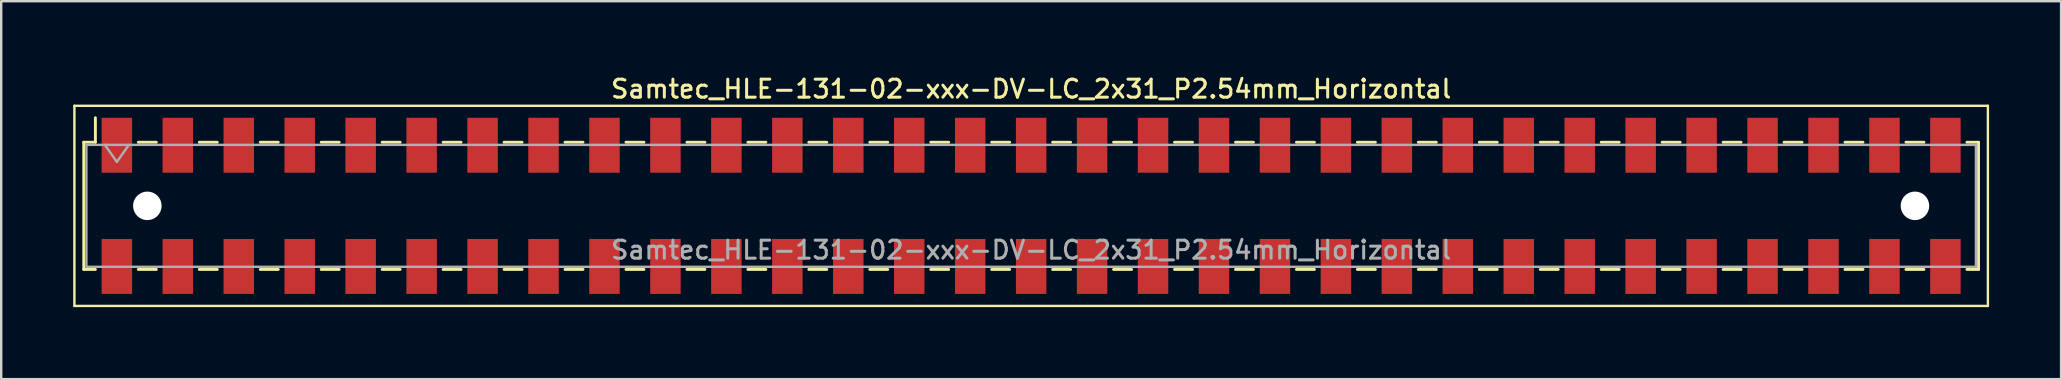
<source format=kicad_pcb>
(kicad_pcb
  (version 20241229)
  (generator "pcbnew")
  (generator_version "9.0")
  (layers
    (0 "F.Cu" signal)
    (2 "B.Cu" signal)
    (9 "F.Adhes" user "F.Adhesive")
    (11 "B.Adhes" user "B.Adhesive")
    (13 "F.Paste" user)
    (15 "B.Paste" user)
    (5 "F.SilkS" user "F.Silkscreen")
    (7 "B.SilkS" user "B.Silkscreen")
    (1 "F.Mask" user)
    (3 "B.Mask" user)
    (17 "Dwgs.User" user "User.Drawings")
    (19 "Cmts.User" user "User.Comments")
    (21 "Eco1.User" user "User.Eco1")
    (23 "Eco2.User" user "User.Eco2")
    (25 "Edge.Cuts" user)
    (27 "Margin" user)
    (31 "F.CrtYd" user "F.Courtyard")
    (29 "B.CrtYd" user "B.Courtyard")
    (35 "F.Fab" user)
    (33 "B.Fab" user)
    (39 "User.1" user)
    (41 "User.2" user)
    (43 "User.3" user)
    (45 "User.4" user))
  (footprint "Samtec_HLE-131-02-xxx-DV-LC_2x31_P2.54mm_Horizontal"
    (layer "F.Cu")
    (at 39.92 5.528)
    (property "Reference" "Samtec_HLE-131-02-xxx-DV-LC_2x31_P2.54mm_Horizontal" (at 0 -4.87 0) (layer "F.SilkS") (effects (font (size 0.75 0.75) (thickness 0.125))))
    (attr smd)
    (fp_line (start -39.87 -4.17) (end 39.87 -4.17) (stroke (width 0.1) (type solid)) (layer "F.SilkS"))
    (fp_line (start -39.87 4.17) (end -39.87 -4.17) (stroke (width 0.1) (type solid)) (layer "F.SilkS"))
    (fp_line (start -39.48 -2.65) (end -39.48 2.65) (stroke (width 0.12) (type solid)) (layer "F.SilkS"))
    (fp_line (start -39.48 2.65) (end -38.995 2.65) (stroke (width 0.12) (type solid)) (layer "F.SilkS"))
    (fp_line (start -38.995 -3.67) (end -38.995 -2.65) (stroke (width 0.12) (type solid)) (layer "F.SilkS"))
    (fp_line (start -38.995 -2.65) (end -39.48 -2.65) (stroke (width 0.12) (type solid)) (layer "F.SilkS"))
    (fp_line (start -37.205 -2.65) (end -36.455 -2.65) (stroke (width 0.12) (type solid)) (layer "F.SilkS"))
    (fp_line (start -37.205 2.65) (end -36.455 2.65) (stroke (width 0.12) (type solid)) (layer "F.SilkS"))
    (fp_line (start -34.665 -2.65) (end -33.915 -2.65) (stroke (width 0.12) (type solid)) (layer "F.SilkS"))
    (fp_line (start -34.665 2.65) (end -33.915 2.65) (stroke (width 0.12) (type solid)) (layer "F.SilkS"))
    (fp_line (start -32.125 -2.65) (end -31.375 -2.65) (stroke (width 0.12) (type solid)) (layer "F.SilkS"))
    (fp_line (start -32.125 2.65) (end -31.375 2.65) (stroke (width 0.12) (type solid)) (layer "F.SilkS"))
    (fp_line (start -29.585 -2.65) (end -28.835 -2.65) (stroke (width 0.12) (type solid)) (layer "F.SilkS"))
    (fp_line (start -29.585 2.65) (end -28.835 2.65) (stroke (width 0.12) (type solid)) (layer "F.SilkS"))
    (fp_line (start -27.045 -2.65) (end -26.295 -2.65) (stroke (width 0.12) (type solid)) (layer "F.SilkS"))
    (fp_line (start -27.045 2.65) (end -26.295 2.65) (stroke (width 0.12) (type solid)) (layer "F.SilkS"))
    (fp_line (start -24.505 -2.65) (end -23.755 -2.65) (stroke (width 0.12) (type solid)) (layer "F.SilkS"))
    (fp_line (start -24.505 2.65) (end -23.755 2.65) (stroke (width 0.12) (type solid)) (layer "F.SilkS"))
    (fp_line (start -21.965 -2.65) (end -21.215 -2.65) (stroke (width 0.12) (type solid)) (layer "F.SilkS"))
    (fp_line (start -21.965 2.65) (end -21.215 2.65) (stroke (width 0.12) (type solid)) (layer "F.SilkS"))
    (fp_line (start -19.425 -2.65) (end -18.675 -2.65) (stroke (width 0.12) (type solid)) (layer "F.SilkS"))
    (fp_line (start -19.425 2.65) (end -18.675 2.65) (stroke (width 0.12) (type solid)) (layer "F.SilkS"))
    (fp_line (start -16.885 -2.65) (end -16.135 -2.65) (stroke (width 0.12) (type solid)) (layer "F.SilkS"))
    (fp_line (start -16.885 2.65) (end -16.135 2.65) (stroke (width 0.12) (type solid)) (layer "F.SilkS"))
    (fp_line (start -14.345 -2.65) (end -13.595 -2.65) (stroke (width 0.12) (type solid)) (layer "F.SilkS"))
    (fp_line (start -14.345 2.65) (end -13.595 2.65) (stroke (width 0.12) (type solid)) (layer "F.SilkS"))
    (fp_line (start -11.805 -2.65) (end -11.055 -2.65) (stroke (width 0.12) (type solid)) (layer "F.SilkS"))
    (fp_line (start -11.805 2.65) (end -11.055 2.65) (stroke (width 0.12) (type solid)) (layer "F.SilkS"))
    (fp_line (start -9.265 -2.65) (end -8.515 -2.65) (stroke (width 0.12) (type solid)) (layer "F.SilkS"))
    (fp_line (start -9.265 2.65) (end -8.515 2.65) (stroke (width 0.12) (type solid)) (layer "F.SilkS"))
    (fp_line (start -6.725 -2.65) (end -5.975 -2.65) (stroke (width 0.12) (type solid)) (layer "F.SilkS"))
    (fp_line (start -6.725 2.65) (end -5.975 2.65) (stroke (width 0.12) (type solid)) (layer "F.SilkS"))
    (fp_line (start -4.185 -2.65) (end -3.435 -2.65) (stroke (width 0.12) (type solid)) (layer "F.SilkS"))
    (fp_line (start -4.185 2.65) (end -3.435 2.65) (stroke (width 0.12) (type solid)) (layer "F.SilkS"))
    (fp_line (start -1.645 -2.65) (end -0.895 -2.65) (stroke (width 0.12) (type solid)) (layer "F.SilkS"))
    (fp_line (start -1.645 2.65) (end -0.895 2.65) (stroke (width 0.12) (type solid)) (layer "F.SilkS"))
    (fp_line (start 0.895 -2.65) (end 1.645 -2.65) (stroke (width 0.12) (type solid)) (layer "F.SilkS"))
    (fp_line (start 0.895 2.65) (end 1.645 2.65) (stroke (width 0.12) (type solid)) (layer "F.SilkS"))
    (fp_line (start 3.435 -2.65) (end 4.185 -2.65) (stroke (width 0.12) (type solid)) (layer "F.SilkS"))
    (fp_line (start 3.435 2.65) (end 4.185 2.65) (stroke (width 0.12) (type solid)) (layer "F.SilkS"))
    (fp_line (start 5.975 -2.65) (end 6.725 -2.65) (stroke (width 0.12) (type solid)) (layer "F.SilkS"))
    (fp_line (start 5.975 2.65) (end 6.725 2.65) (stroke (width 0.12) (type solid)) (layer "F.SilkS"))
    (fp_line (start 8.515 -2.65) (end 9.265 -2.65) (stroke (width 0.12) (type solid)) (layer "F.SilkS"))
    (fp_line (start 8.515 2.65) (end 9.265 2.65) (stroke (width 0.12) (type solid)) (layer "F.SilkS"))
    (fp_line (start 11.055 -2.65) (end 11.805 -2.65) (stroke (width 0.12) (type solid)) (layer "F.SilkS"))
    (fp_line (start 11.055 2.65) (end 11.805 2.65) (stroke (width 0.12) (type solid)) (layer "F.SilkS"))
    (fp_line (start 13.595 -2.65) (end 14.345 -2.65) (stroke (width 0.12) (type solid)) (layer "F.SilkS"))
    (fp_line (start 13.595 2.65) (end 14.345 2.65) (stroke (width 0.12) (type solid)) (layer "F.SilkS"))
    (fp_line (start 16.135 -2.65) (end 16.885 -2.65) (stroke (width 0.12) (type solid)) (layer "F.SilkS"))
    (fp_line (start 16.135 2.65) (end 16.885 2.65) (stroke (width 0.12) (type solid)) (layer "F.SilkS"))
    (fp_line (start 18.675 -2.65) (end 19.425 -2.65) (stroke (width 0.12) (type solid)) (layer "F.SilkS"))
    (fp_line (start 18.675 2.65) (end 19.425 2.65) (stroke (width 0.12) (type solid)) (layer "F.SilkS"))
    (fp_line (start 21.215 -2.65) (end 21.965 -2.65) (stroke (width 0.12) (type solid)) (layer "F.SilkS"))
    (fp_line (start 21.215 2.65) (end 21.965 2.65) (stroke (width 0.12) (type solid)) (layer "F.SilkS"))
    (fp_line (start 23.755 -2.65) (end 24.505 -2.65) (stroke (width 0.12) (type solid)) (layer "F.SilkS"))
    (fp_line (start 23.755 2.65) (end 24.505 2.65) (stroke (width 0.12) (type solid)) (layer "F.SilkS"))
    (fp_line (start 26.295 -2.65) (end 27.045 -2.65) (stroke (width 0.12) (type solid)) (layer "F.SilkS"))
    (fp_line (start 26.295 2.65) (end 27.045 2.65) (stroke (width 0.12) (type solid)) (layer "F.SilkS"))
    (fp_line (start 28.835 -2.65) (end 29.585 -2.65) (stroke (width 0.12) (type solid)) (layer "F.SilkS"))
    (fp_line (start 28.835 2.65) (end 29.585 2.65) (stroke (width 0.12) (type solid)) (layer "F.SilkS"))
    (fp_line (start 31.375 -2.65) (end 32.125 -2.65) (stroke (width 0.12) (type solid)) (layer "F.SilkS"))
    (fp_line (start 31.375 2.65) (end 32.125 2.65) (stroke (width 0.12) (type solid)) (layer "F.SilkS"))
    (fp_line (start 33.915 -2.65) (end 34.665 -2.65) (stroke (width 0.12) (type solid)) (layer "F.SilkS"))
    (fp_line (start 33.915 2.65) (end 34.665 2.65) (stroke (width 0.12) (type solid)) (layer "F.SilkS"))
    (fp_line (start 36.455 -2.65) (end 37.205 -2.65) (stroke (width 0.12) (type solid)) (layer "F.SilkS"))
    (fp_line (start 36.455 2.65) (end 37.205 2.65) (stroke (width 0.12) (type solid)) (layer "F.SilkS"))
    (fp_line (start 38.995 -2.65) (end 39.48 -2.65) (stroke (width 0.12) (type solid)) (layer "F.SilkS"))
    (fp_line (start 39.48 -2.65) (end 39.48 2.65) (stroke (width 0.12) (type solid)) (layer "F.SilkS"))
    (fp_line (start 39.48 2.65) (end 38.995 2.65) (stroke (width 0.12) (type solid)) (layer "F.SilkS"))
    (fp_line (start 39.87 -4.17) (end 39.87 4.17) (stroke (width 0.1) (type solid)) (layer "F.SilkS"))
    (fp_line (start 39.87 4.17) (end -39.87 4.17) (stroke (width 0.1) (type solid)) (layer "F.SilkS"))
    (fp_line (start -39.37 -2.54) (end 39.37 -2.54) (stroke (width 0.1) (type solid)) (layer "F.Fab"))
    (fp_line (start -39.37 2.54) (end -39.37 -2.54) (stroke (width 0.1) (type solid)) (layer "F.Fab"))
    (fp_line (start -38.6 -2.54) (end -38.1 -1.833) (stroke (width 0.1) (type solid)) (layer "F.Fab"))
    (fp_line (start -38.1 -1.833) (end -37.6 -2.54) (stroke (width 0.1) (type solid)) (layer "F.Fab"))
    (fp_line (start 39.37 -2.54) (end 39.37 2.54) (stroke (width 0.1) (type solid)) (layer "F.Fab"))
    (fp_line (start 39.37 2.54) (end -39.37 2.54) (stroke (width 0.1) (type solid)) (layer "F.Fab"))
    (fp_text user "${REFERENCE}" (at 0 1.84 0) (layer "F.Fab") (effects (font (size 0.75 0.75) (thickness 0.125))))
    (pad "" np_thru_hole circle (at -36.83 0) (size 1.19 1.19) (drill 1.19) (layers "*.Cu" "*.Mask"))
    (pad "" np_thru_hole circle (at 36.83 0) (size 1.19 1.19) (drill 1.19) (layers "*.Cu" "*.Mask"))
    (pad "1" smd rect (at -38.1 -2.525) (size 1.27 2.29) (layers "F.Cu" "F.Mask" "F.Paste"))
    (pad "2" smd rect (at -38.1 2.525) (size 1.27 2.29) (layers "F.Cu" "F.Mask" "F.Paste"))
    (pad "3" smd rect (at -35.56 -2.525) (size 1.27 2.29) (layers "F.Cu" "F.Mask" "F.Paste"))
    (pad "4" smd rect (at -35.56 2.525) (size 1.27 2.29) (layers "F.Cu" "F.Mask" "F.Paste"))
    (pad "5" smd rect (at -33.02 -2.525) (size 1.27 2.29) (layers "F.Cu" "F.Mask" "F.Paste"))
    (pad "6" smd rect (at -33.02 2.525) (size 1.27 2.29) (layers "F.Cu" "F.Mask" "F.Paste"))
    (pad "7" smd rect (at -30.48 -2.525) (size 1.27 2.29) (layers "F.Cu" "F.Mask" "F.Paste"))
    (pad "8" smd rect (at -30.48 2.525) (size 1.27 2.29) (layers "F.Cu" "F.Mask" "F.Paste"))
    (pad "9" smd rect (at -27.94 -2.525) (size 1.27 2.29) (layers "F.Cu" "F.Mask" "F.Paste"))
    (pad "10" smd rect (at -27.94 2.525) (size 1.27 2.29) (layers "F.Cu" "F.Mask" "F.Paste"))
    (pad "11" smd rect (at -25.4 -2.525) (size 1.27 2.29) (layers "F.Cu" "F.Mask" "F.Paste"))
    (pad "12" smd rect (at -25.4 2.525) (size 1.27 2.29) (layers "F.Cu" "F.Mask" "F.Paste"))
    (pad "13" smd rect (at -22.86 -2.525) (size 1.27 2.29) (layers "F.Cu" "F.Mask" "F.Paste"))
    (pad "14" smd rect (at -22.86 2.525) (size 1.27 2.29) (layers "F.Cu" "F.Mask" "F.Paste"))
    (pad "15" smd rect (at -20.32 -2.525) (size 1.27 2.29) (layers "F.Cu" "F.Mask" "F.Paste"))
    (pad "16" smd rect (at -20.32 2.525) (size 1.27 2.29) (layers "F.Cu" "F.Mask" "F.Paste"))
    (pad "17" smd rect (at -17.78 -2.525) (size 1.27 2.29) (layers "F.Cu" "F.Mask" "F.Paste"))
    (pad "18" smd rect (at -17.78 2.525) (size 1.27 2.29) (layers "F.Cu" "F.Mask" "F.Paste"))
    (pad "19" smd rect (at -15.24 -2.525) (size 1.27 2.29) (layers "F.Cu" "F.Mask" "F.Paste"))
    (pad "20" smd rect (at -15.24 2.525) (size 1.27 2.29) (layers "F.Cu" "F.Mask" "F.Paste"))
    (pad "21" smd rect (at -12.7 -2.525) (size 1.27 2.29) (layers "F.Cu" "F.Mask" "F.Paste"))
    (pad "22" smd rect (at -12.7 2.525) (size 1.27 2.29) (layers "F.Cu" "F.Mask" "F.Paste"))
    (pad "23" smd rect (at -10.16 -2.525) (size 1.27 2.29) (layers "F.Cu" "F.Mask" "F.Paste"))
    (pad "24" smd rect (at -10.16 2.525) (size 1.27 2.29) (layers "F.Cu" "F.Mask" "F.Paste"))
    (pad "25" smd rect (at -7.62 -2.525) (size 1.27 2.29) (layers "F.Cu" "F.Mask" "F.Paste"))
    (pad "26" smd rect (at -7.62 2.525) (size 1.27 2.29) (layers "F.Cu" "F.Mask" "F.Paste"))
    (pad "27" smd rect (at -5.08 -2.525) (size 1.27 2.29) (layers "F.Cu" "F.Mask" "F.Paste"))
    (pad "28" smd rect (at -5.08 2.525) (size 1.27 2.29) (layers "F.Cu" "F.Mask" "F.Paste"))
    (pad "29" smd rect (at -2.54 -2.525) (size 1.27 2.29) (layers "F.Cu" "F.Mask" "F.Paste"))
    (pad "30" smd rect (at -2.54 2.525) (size 1.27 2.29) (layers "F.Cu" "F.Mask" "F.Paste"))
    (pad "31" smd rect (at 0 -2.525) (size 1.27 2.29) (layers "F.Cu" "F.Mask" "F.Paste"))
    (pad "32" smd rect (at 0 2.525) (size 1.27 2.29) (layers "F.Cu" "F.Mask" "F.Paste"))
    (pad "33" smd rect (at 2.54 -2.525) (size 1.27 2.29) (layers "F.Cu" "F.Mask" "F.Paste"))
    (pad "34" smd rect (at 2.54 2.525) (size 1.27 2.29) (layers "F.Cu" "F.Mask" "F.Paste"))
    (pad "35" smd rect (at 5.08 -2.525) (size 1.27 2.29) (layers "F.Cu" "F.Mask" "F.Paste"))
    (pad "36" smd rect (at 5.08 2.525) (size 1.27 2.29) (layers "F.Cu" "F.Mask" "F.Paste"))
    (pad "37" smd rect (at 7.62 -2.525) (size 1.27 2.29) (layers "F.Cu" "F.Mask" "F.Paste"))
    (pad "38" smd rect (at 7.62 2.525) (size 1.27 2.29) (layers "F.Cu" "F.Mask" "F.Paste"))
    (pad "39" smd rect (at 10.16 -2.525) (size 1.27 2.29) (layers "F.Cu" "F.Mask" "F.Paste"))
    (pad "40" smd rect (at 10.16 2.525) (size 1.27 2.29) (layers "F.Cu" "F.Mask" "F.Paste"))
    (pad "41" smd rect (at 12.7 -2.525) (size 1.27 2.29) (layers "F.Cu" "F.Mask" "F.Paste"))
    (pad "42" smd rect (at 12.7 2.525) (size 1.27 2.29) (layers "F.Cu" "F.Mask" "F.Paste"))
    (pad "43" smd rect (at 15.24 -2.525) (size 1.27 2.29) (layers "F.Cu" "F.Mask" "F.Paste"))
    (pad "44" smd rect (at 15.24 2.525) (size 1.27 2.29) (layers "F.Cu" "F.Mask" "F.Paste"))
    (pad "45" smd rect (at 17.78 -2.525) (size 1.27 2.29) (layers "F.Cu" "F.Mask" "F.Paste"))
    (pad "46" smd rect (at 17.78 2.525) (size 1.27 2.29) (layers "F.Cu" "F.Mask" "F.Paste"))
    (pad "47" smd rect (at 20.32 -2.525) (size 1.27 2.29) (layers "F.Cu" "F.Mask" "F.Paste"))
    (pad "48" smd rect (at 20.32 2.525) (size 1.27 2.29) (layers "F.Cu" "F.Mask" "F.Paste"))
    (pad "49" smd rect (at 22.86 -2.525) (size 1.27 2.29) (layers "F.Cu" "F.Mask" "F.Paste"))
    (pad "50" smd rect (at 22.86 2.525) (size 1.27 2.29) (layers "F.Cu" "F.Mask" "F.Paste"))
    (pad "51" smd rect (at 25.4 -2.525) (size 1.27 2.29) (layers "F.Cu" "F.Mask" "F.Paste"))
    (pad "52" smd rect (at 25.4 2.525) (size 1.27 2.29) (layers "F.Cu" "F.Mask" "F.Paste"))
    (pad "53" smd rect (at 27.94 -2.525) (size 1.27 2.29) (layers "F.Cu" "F.Mask" "F.Paste"))
    (pad "54" smd rect (at 27.94 2.525) (size 1.27 2.29) (layers "F.Cu" "F.Mask" "F.Paste"))
    (pad "55" smd rect (at 30.48 -2.525) (size 1.27 2.29) (layers "F.Cu" "F.Mask" "F.Paste"))
    (pad "56" smd rect (at 30.48 2.525) (size 1.27 2.29) (layers "F.Cu" "F.Mask" "F.Paste"))
    (pad "57" smd rect (at 33.02 -2.525) (size 1.27 2.29) (layers "F.Cu" "F.Mask" "F.Paste"))
    (pad "58" smd rect (at 33.02 2.525) (size 1.27 2.29) (layers "F.Cu" "F.Mask" "F.Paste"))
    (pad "59" smd rect (at 35.56 -2.525) (size 1.27 2.29) (layers "F.Cu" "F.Mask" "F.Paste"))
    (pad "60" smd rect (at 35.56 2.525) (size 1.27 2.29) (layers "F.Cu" "F.Mask" "F.Paste"))
    (pad "61" smd rect (at 38.1 -2.525) (size 1.27 2.29) (layers "F.Cu" "F.Mask" "F.Paste"))
    (pad "62" smd rect (at 38.1 2.525) (size 1.27 2.29) (layers "F.Cu" "F.Mask" "F.Paste")))
  (gr_rect
    (start -3 -3)
    (end 82.84 12.748)
    (stroke (width 0.1) (type default))
    (fill no)
    (layer "Edge.Cuts")))
</source>
